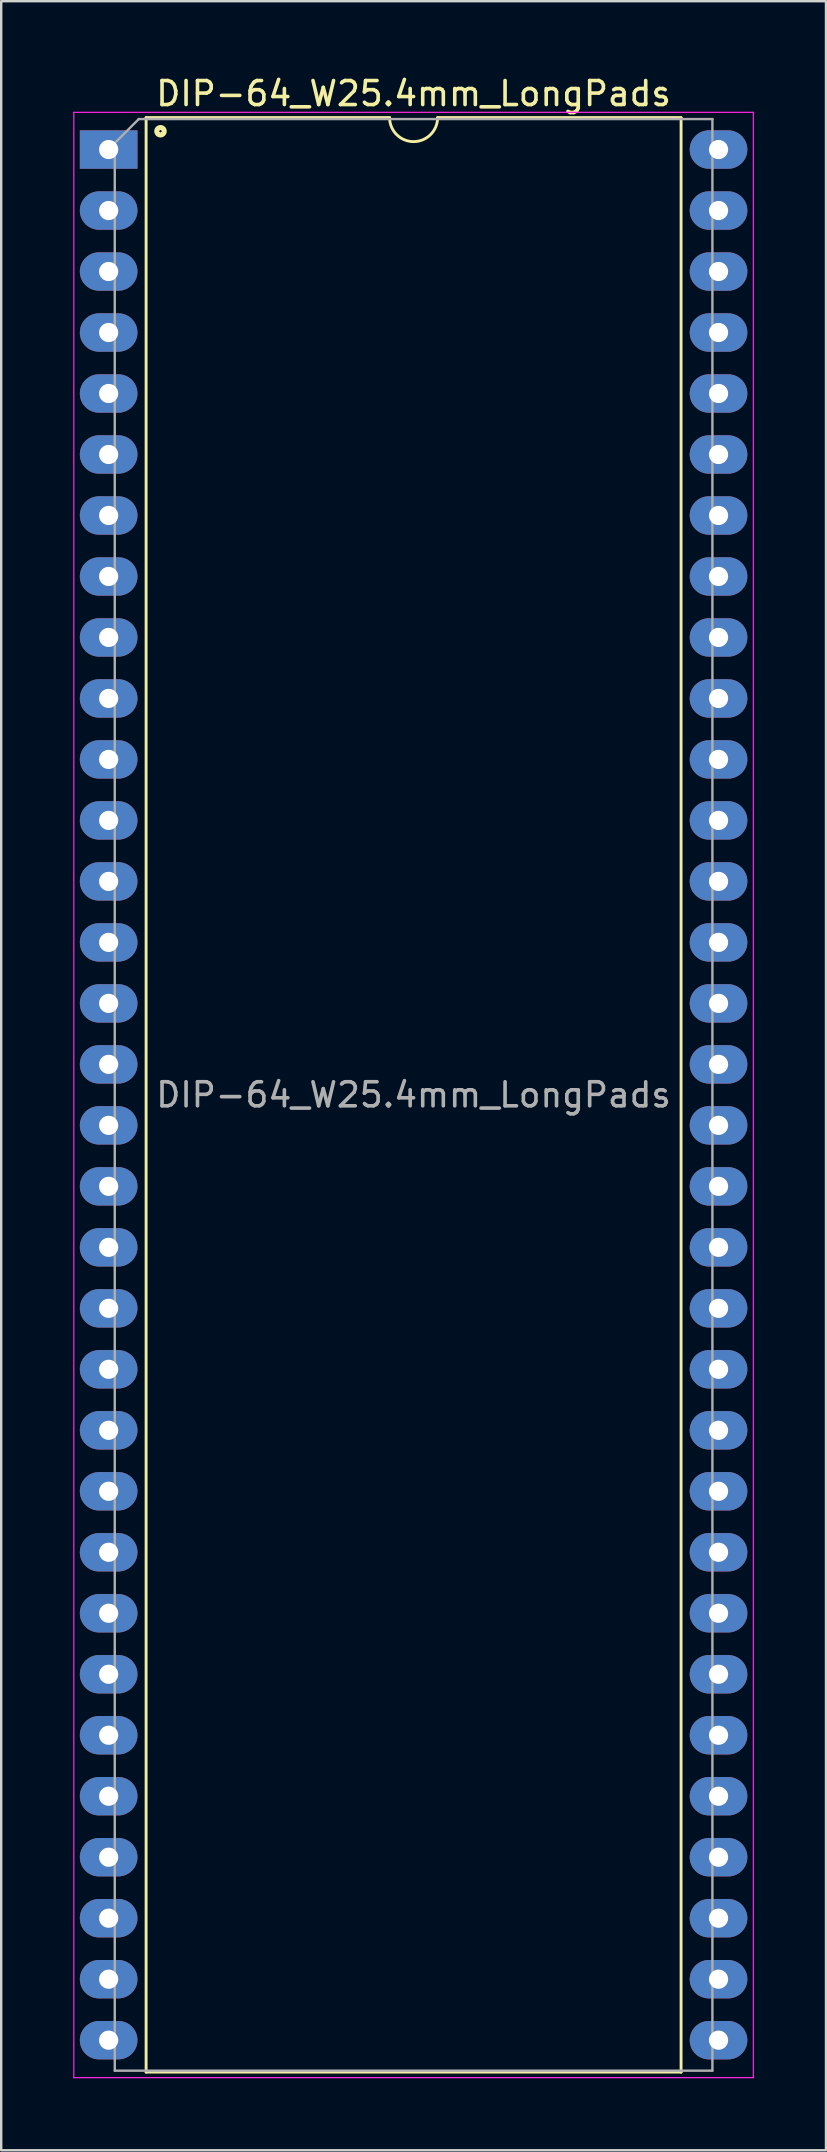
<source format=kicad_pcb>
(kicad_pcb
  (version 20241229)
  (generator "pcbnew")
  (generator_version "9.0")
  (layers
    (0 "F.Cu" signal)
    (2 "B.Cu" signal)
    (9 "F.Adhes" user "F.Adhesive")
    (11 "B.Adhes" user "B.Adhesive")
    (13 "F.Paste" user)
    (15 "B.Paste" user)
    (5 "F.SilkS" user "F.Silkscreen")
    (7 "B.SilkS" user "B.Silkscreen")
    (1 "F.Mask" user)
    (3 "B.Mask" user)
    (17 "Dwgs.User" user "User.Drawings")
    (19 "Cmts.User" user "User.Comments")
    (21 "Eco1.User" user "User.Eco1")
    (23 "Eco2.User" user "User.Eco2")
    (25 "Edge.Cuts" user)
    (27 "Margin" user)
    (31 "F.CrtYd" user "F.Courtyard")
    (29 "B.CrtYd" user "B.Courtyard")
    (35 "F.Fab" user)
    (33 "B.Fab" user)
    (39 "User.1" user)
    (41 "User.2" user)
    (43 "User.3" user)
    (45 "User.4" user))
  (footprint "DIP-64_W25.4mm_LongPads"
    (layer "F.Cu")
    (at 1.475 3.178)
    (property "Reference" "DIP-64_W25.4mm_LongPads" (at 12.7 -2.33 0) (layer "F.SilkS") (effects (font (size 1 1) (thickness 0.15))))
    (attr through_hole)
    (fp_line (start 1.56 -1.33) (end 1.56 80.07) (stroke (width 0.12) (type solid)) (layer "F.SilkS"))
    (fp_line (start 1.56 80.07) (end 23.84 80.07) (stroke (width 0.12) (type solid)) (layer "F.SilkS"))
    (fp_line (start 11.7 -1.33) (end 1.56 -1.33) (stroke (width 0.12) (type solid)) (layer "F.SilkS"))
    (fp_line (start 23.84 -1.33) (end 13.7 -1.33) (stroke (width 0.12) (type solid)) (layer "F.SilkS"))
    (fp_line (start 23.84 80.07) (end 23.84 -1.33) (stroke (width 0.12) (type solid)) (layer "F.SilkS"))
    (fp_arc (start 13.7 -1.33) (mid 12.7 -0.33) (end 11.7 -1.33) (stroke (width 0.12) (type solid)) (layer "F.SilkS"))
    (fp_circle (center 2.159 -0.762) (end 2.209 -0.762) (stroke (width 0.12) (type solid)) (fill no) (layer "F.SilkS"))
    (fp_circle (center 2.159 -0.762) (end 2.284 -0.762) (stroke (width 0.12) (type solid)) (fill no) (layer "F.SilkS"))
    (fp_circle (center 2.159 -0.762) (end 2.359 -0.762) (stroke (width 0.12) (type solid)) (fill no) (layer "F.SilkS"))
    (fp_line (start -1.45 -1.55) (end -1.45 80.3) (stroke (width 0.05) (type solid)) (layer "F.CrtYd"))
    (fp_line (start -1.45 80.3) (end 26.85 80.3) (stroke (width 0.05) (type solid)) (layer "F.CrtYd"))
    (fp_line (start 26.85 -1.55) (end -1.45 -1.55) (stroke (width 0.05) (type solid)) (layer "F.CrtYd"))
    (fp_line (start 26.85 80.3) (end 26.85 -1.55) (stroke (width 0.05) (type solid)) (layer "F.CrtYd"))
    (fp_line (start 0.255 -0.27) (end 1.255 -1.27) (stroke (width 0.1) (type solid)) (layer "F.Fab"))
    (fp_line (start 0.255 80.01) (end 0.255 -0.27) (stroke (width 0.1) (type solid)) (layer "F.Fab"))
    (fp_line (start 1.255 -1.27) (end 25.145 -1.27) (stroke (width 0.1) (type solid)) (layer "F.Fab"))
    (fp_line (start 25.145 -1.27) (end 25.145 80.01) (stroke (width 0.1) (type solid)) (layer "F.Fab"))
    (fp_line (start 25.145 80.01) (end 0.255 80.01) (stroke (width 0.1) (type solid)) (layer "F.Fab"))
    (fp_text user "${REFERENCE}" (at 12.7 39.37 0) (layer "F.Fab") (effects (font (size 1 1) (thickness 0.15))))
    (pad "1" thru_hole rect (at 0 0) (size 2.4 1.6) (drill 0.8) (layers "*.Cu" "*.Mask"))
    (pad "2" thru_hole oval (at 0 2.54) (size 2.4 1.6) (drill 0.8) (layers "*.Cu" "*.Mask"))
    (pad "3" thru_hole oval (at 0 5.08) (size 2.4 1.6) (drill 0.8) (layers "*.Cu" "*.Mask"))
    (pad "4" thru_hole oval (at 0 7.62) (size 2.4 1.6) (drill 0.8) (layers "*.Cu" "*.Mask"))
    (pad "5" thru_hole oval (at 0 10.16) (size 2.4 1.6) (drill 0.8) (layers "*.Cu" "*.Mask"))
    (pad "6" thru_hole oval (at 0 12.7) (size 2.4 1.6) (drill 0.8) (layers "*.Cu" "*.Mask"))
    (pad "7" thru_hole oval (at 0 15.24) (size 2.4 1.6) (drill 0.8) (layers "*.Cu" "*.Mask"))
    (pad "8" thru_hole oval (at 0 17.78) (size 2.4 1.6) (drill 0.8) (layers "*.Cu" "*.Mask"))
    (pad "9" thru_hole oval (at 0 20.32) (size 2.4 1.6) (drill 0.8) (layers "*.Cu" "*.Mask"))
    (pad "10" thru_hole oval (at 0 22.86) (size 2.4 1.6) (drill 0.8) (layers "*.Cu" "*.Mask"))
    (pad "11" thru_hole oval (at 0 25.4) (size 2.4 1.6) (drill 0.8) (layers "*.Cu" "*.Mask"))
    (pad "12" thru_hole oval (at 0 27.94) (size 2.4 1.6) (drill 0.8) (layers "*.Cu" "*.Mask"))
    (pad "13" thru_hole oval (at 0 30.48) (size 2.4 1.6) (drill 0.8) (layers "*.Cu" "*.Mask"))
    (pad "14" thru_hole oval (at 0 33.02) (size 2.4 1.6) (drill 0.8) (layers "*.Cu" "*.Mask"))
    (pad "15" thru_hole oval (at 0 35.56) (size 2.4 1.6) (drill 0.8) (layers "*.Cu" "*.Mask"))
    (pad "16" thru_hole oval (at 0 38.1) (size 2.4 1.6) (drill 0.8) (layers "*.Cu" "*.Mask"))
    (pad "17" thru_hole oval (at 0 40.64) (size 2.4 1.6) (drill 0.8) (layers "*.Cu" "*.Mask"))
    (pad "18" thru_hole oval (at 0 43.18) (size 2.4 1.6) (drill 0.8) (layers "*.Cu" "*.Mask"))
    (pad "19" thru_hole oval (at 0 45.72) (size 2.4 1.6) (drill 0.8) (layers "*.Cu" "*.Mask"))
    (pad "20" thru_hole oval (at 0 48.26) (size 2.4 1.6) (drill 0.8) (layers "*.Cu" "*.Mask"))
    (pad "21" thru_hole oval (at 0 50.8) (size 2.4 1.6) (drill 0.8) (layers "*.Cu" "*.Mask"))
    (pad "22" thru_hole oval (at 0 53.34) (size 2.4 1.6) (drill 0.8) (layers "*.Cu" "*.Mask"))
    (pad "23" thru_hole oval (at 0 55.88) (size 2.4 1.6) (drill 0.8) (layers "*.Cu" "*.Mask"))
    (pad "24" thru_hole oval (at 0 58.42) (size 2.4 1.6) (drill 0.8) (layers "*.Cu" "*.Mask"))
    (pad "25" thru_hole oval (at 0 60.96) (size 2.4 1.6) (drill 0.8) (layers "*.Cu" "*.Mask"))
    (pad "26" thru_hole oval (at 0 63.5) (size 2.4 1.6) (drill 0.8) (layers "*.Cu" "*.Mask"))
    (pad "27" thru_hole oval (at 0 66.04) (size 2.4 1.6) (drill 0.8) (layers "*.Cu" "*.Mask"))
    (pad "28" thru_hole oval (at 0 68.58) (size 2.4 1.6) (drill 0.8) (layers "*.Cu" "*.Mask"))
    (pad "29" thru_hole oval (at 0 71.12) (size 2.4 1.6) (drill 0.8) (layers "*.Cu" "*.Mask"))
    (pad "30" thru_hole oval (at 0 73.66) (size 2.4 1.6) (drill 0.8) (layers "*.Cu" "*.Mask"))
    (pad "31" thru_hole oval (at 0 76.2) (size 2.4 1.6) (drill 0.8) (layers "*.Cu" "*.Mask"))
    (pad "32" thru_hole oval (at 0 78.74) (size 2.4 1.6) (drill 0.8) (layers "*.Cu" "*.Mask"))
    (pad "33" thru_hole oval (at 25.4 78.74) (size 2.4 1.6) (drill 0.8) (layers "*.Cu" "*.Mask"))
    (pad "34" thru_hole oval (at 25.4 76.2) (size 2.4 1.6) (drill 0.8) (layers "*.Cu" "*.Mask"))
    (pad "35" thru_hole oval (at 25.4 73.66) (size 2.4 1.6) (drill 0.8) (layers "*.Cu" "*.Mask"))
    (pad "36" thru_hole oval (at 25.4 71.12) (size 2.4 1.6) (drill 0.8) (layers "*.Cu" "*.Mask"))
    (pad "37" thru_hole oval (at 25.4 68.58) (size 2.4 1.6) (drill 0.8) (layers "*.Cu" "*.Mask"))
    (pad "38" thru_hole oval (at 25.4 66.04) (size 2.4 1.6) (drill 0.8) (layers "*.Cu" "*.Mask"))
    (pad "39" thru_hole oval (at 25.4 63.5) (size 2.4 1.6) (drill 0.8) (layers "*.Cu" "*.Mask"))
    (pad "40" thru_hole oval (at 25.4 60.96) (size 2.4 1.6) (drill 0.8) (layers "*.Cu" "*.Mask"))
    (pad "41" thru_hole oval (at 25.4 58.42) (size 2.4 1.6) (drill 0.8) (layers "*.Cu" "*.Mask"))
    (pad "42" thru_hole oval (at 25.4 55.88) (size 2.4 1.6) (drill 0.8) (layers "*.Cu" "*.Mask"))
    (pad "43" thru_hole oval (at 25.4 53.34) (size 2.4 1.6) (drill 0.8) (layers "*.Cu" "*.Mask"))
    (pad "44" thru_hole oval (at 25.4 50.8) (size 2.4 1.6) (drill 0.8) (layers "*.Cu" "*.Mask"))
    (pad "45" thru_hole oval (at 25.4 48.26) (size 2.4 1.6) (drill 0.8) (layers "*.Cu" "*.Mask"))
    (pad "46" thru_hole oval (at 25.4 45.72) (size 2.4 1.6) (drill 0.8) (layers "*.Cu" "*.Mask"))
    (pad "47" thru_hole oval (at 25.4 43.18) (size 2.4 1.6) (drill 0.8) (layers "*.Cu" "*.Mask"))
    (pad "48" thru_hole oval (at 25.4 40.64) (size 2.4 1.6) (drill 0.8) (layers "*.Cu" "*.Mask"))
    (pad "49" thru_hole oval (at 25.4 38.1) (size 2.4 1.6) (drill 0.8) (layers "*.Cu" "*.Mask"))
    (pad "50" thru_hole oval (at 25.4 35.56) (size 2.4 1.6) (drill 0.8) (layers "*.Cu" "*.Mask"))
    (pad "51" thru_hole oval (at 25.4 33.02) (size 2.4 1.6) (drill 0.8) (layers "*.Cu" "*.Mask"))
    (pad "52" thru_hole oval (at 25.4 30.48) (size 2.4 1.6) (drill 0.8) (layers "*.Cu" "*.Mask"))
    (pad "53" thru_hole oval (at 25.4 27.94) (size 2.4 1.6) (drill 0.8) (layers "*.Cu" "*.Mask"))
    (pad "54" thru_hole oval (at 25.4 25.4) (size 2.4 1.6) (drill 0.8) (layers "*.Cu" "*.Mask"))
    (pad "55" thru_hole oval (at 25.4 22.86) (size 2.4 1.6) (drill 0.8) (layers "*.Cu" "*.Mask"))
    (pad "56" thru_hole oval (at 25.4 20.32) (size 2.4 1.6) (drill 0.8) (layers "*.Cu" "*.Mask"))
    (pad "57" thru_hole oval (at 25.4 17.78) (size 2.4 1.6) (drill 0.8) (layers "*.Cu" "*.Mask"))
    (pad "58" thru_hole oval (at 25.4 15.24) (size 2.4 1.6) (drill 0.8) (layers "*.Cu" "*.Mask"))
    (pad "59" thru_hole oval (at 25.4 12.7) (size 2.4 1.6) (drill 0.8) (layers "*.Cu" "*.Mask"))
    (pad "60" thru_hole oval (at 25.4 10.16) (size 2.4 1.6) (drill 0.8) (layers "*.Cu" "*.Mask"))
    (pad "61" thru_hole oval (at 25.4 7.62) (size 2.4 1.6) (drill 0.8) (layers "*.Cu" "*.Mask"))
    (pad "62" thru_hole oval (at 25.4 5.08) (size 2.4 1.6) (drill 0.8) (layers "*.Cu" "*.Mask"))
    (pad "63" thru_hole oval (at 25.4 2.54) (size 2.4 1.6) (drill 0.8) (layers "*.Cu" "*.Mask"))
    (pad "64" thru_hole oval (at 25.4 0) (size 2.4 1.6) (drill 0.8) (layers "*.Cu" "*.Mask")))
  (gr_rect
    (start -3 -3)
    (end 31.35 86.503)
    (stroke (width 0.1) (type default))
    (fill no)
    (layer "Edge.Cuts")))
</source>
